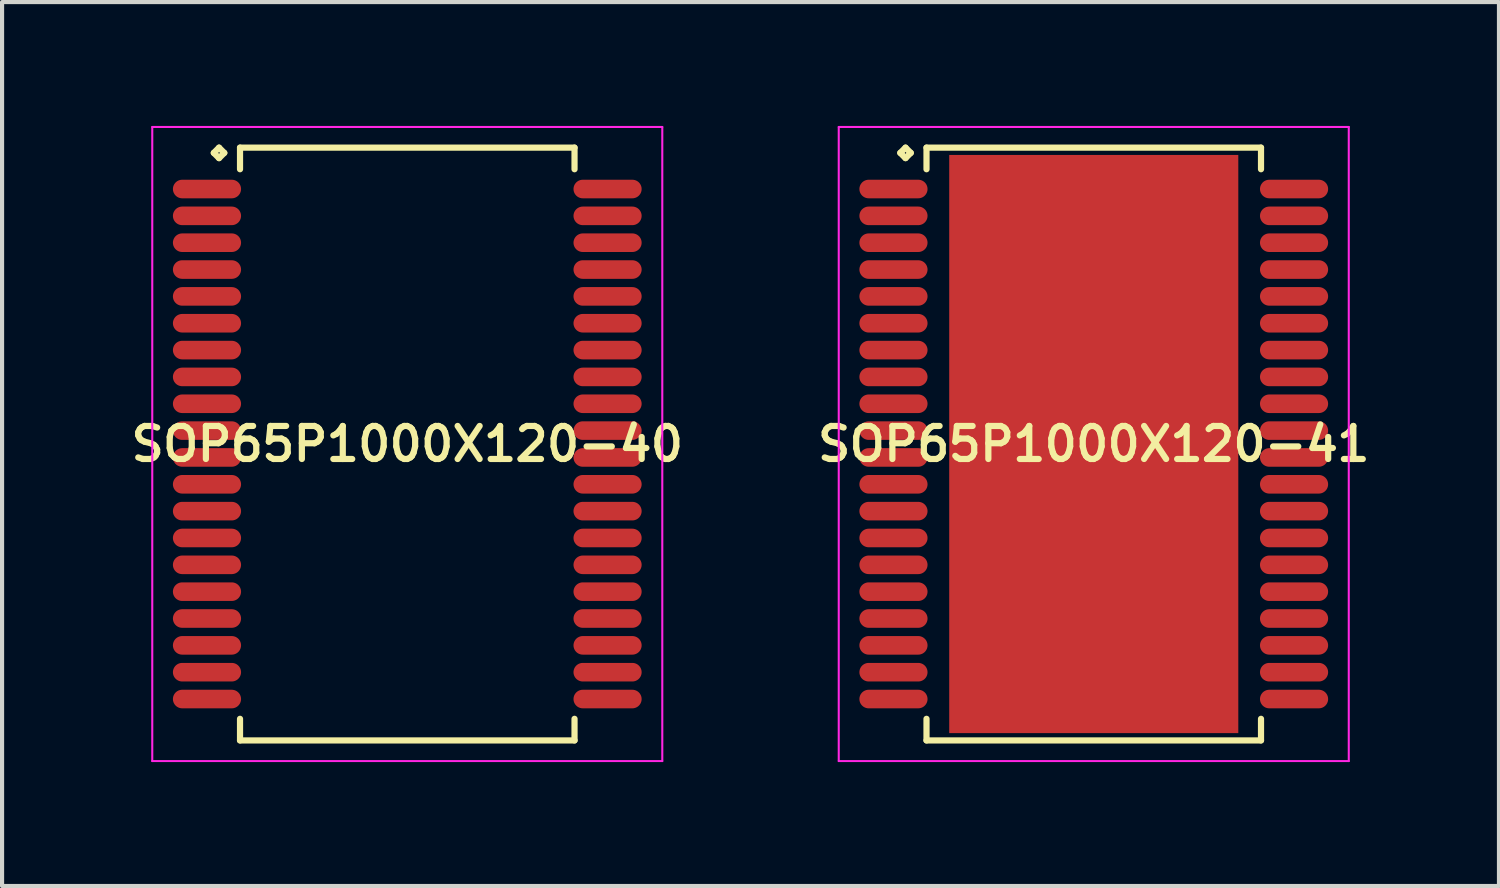
<source format=kicad_pcb>
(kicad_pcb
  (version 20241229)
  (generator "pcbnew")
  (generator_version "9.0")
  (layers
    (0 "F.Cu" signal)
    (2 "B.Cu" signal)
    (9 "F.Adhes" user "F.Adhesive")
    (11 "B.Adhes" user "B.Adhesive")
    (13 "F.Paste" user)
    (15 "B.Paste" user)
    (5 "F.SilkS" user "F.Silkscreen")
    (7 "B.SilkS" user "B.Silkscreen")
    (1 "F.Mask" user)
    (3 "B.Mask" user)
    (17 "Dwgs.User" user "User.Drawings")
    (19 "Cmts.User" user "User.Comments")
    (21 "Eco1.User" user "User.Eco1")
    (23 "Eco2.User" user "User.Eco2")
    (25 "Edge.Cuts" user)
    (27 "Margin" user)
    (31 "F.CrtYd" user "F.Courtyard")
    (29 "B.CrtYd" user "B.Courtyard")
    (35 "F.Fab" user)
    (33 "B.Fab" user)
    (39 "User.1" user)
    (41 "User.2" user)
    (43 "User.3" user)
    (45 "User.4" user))
  (footprint "SOP65P1000X120-41"
    (layer "F.Cu")
    (at 23.435 7.702)
    (property "Reference" "SOP65P1000X120-41" (at 0 0 0) (layer "F.SilkS") (effects (font (size 0.8 0.8) (thickness 0.15))))
    (attr smd)
    (fp_line (start -4.685 -7.05) (end -4.558 -7.177) (stroke (width 0.15) (type solid)) (layer "F.SilkS"))
    (fp_line (start -4.558 -7.177) (end -4.431 -7.05) (stroke (width 0.15) (type solid)) (layer "F.SilkS"))
    (fp_line (start -4.558 -6.923) (end -4.685 -7.05) (stroke (width 0.15) (type solid)) (layer "F.SilkS"))
    (fp_line (start -4.431 -7.05) (end -4.558 -6.923) (stroke (width 0.15) (type solid)) (layer "F.SilkS"))
    (fp_line (start -4.05 -7.177) (end 4.05 -7.177) (stroke (width 0.15) (type solid)) (layer "F.SilkS"))
    (fp_line (start -4.05 -6.654) (end -4.05 -7.177) (stroke (width 0.15) (type solid)) (layer "F.SilkS"))
    (fp_line (start -4.05 6.654) (end -4.05 7.177) (stroke (width 0.15) (type solid)) (layer "F.SilkS"))
    (fp_line (start -4.05 7.177) (end 4.05 7.177) (stroke (width 0.15) (type solid)) (layer "F.SilkS"))
    (fp_line (start 4.05 -7.177) (end 4.05 -6.654) (stroke (width 0.15) (type solid)) (layer "F.SilkS"))
    (fp_line (start 4.05 7.177) (end 4.05 6.654) (stroke (width 0.15) (type solid)) (layer "F.SilkS"))
    (fp_line (start -6.175 -7.677) (end 6.175 -7.677) (stroke (width 0.05) (type solid)) (layer "F.CrtYd"))
    (fp_line (start -6.175 7.677) (end -6.175 -7.677) (stroke (width 0.05) (type solid)) (layer "F.CrtYd"))
    (fp_line (start 6.175 -7.677) (end 6.175 7.677) (stroke (width 0.05) (type solid)) (layer "F.CrtYd"))
    (fp_line (start 6.175 7.677) (end -6.175 7.677) (stroke (width 0.05) (type solid)) (layer "F.CrtYd"))
    (pad "1" smd oval (at -4.85 -6.175) (size 1.65 0.45) (layers "F.Cu" "F.Mask" "F.Paste"))
    (pad "2" smd oval (at -4.85 -5.525) (size 1.65 0.45) (layers "F.Cu" "F.Mask" "F.Paste"))
    (pad "3" smd oval (at -4.85 -4.875) (size 1.65 0.45) (layers "F.Cu" "F.Mask" "F.Paste"))
    (pad "4" smd oval (at -4.85 -4.225) (size 1.65 0.45) (layers "F.Cu" "F.Mask" "F.Paste"))
    (pad "5" smd oval (at -4.85 -3.575) (size 1.65 0.45) (layers "F.Cu" "F.Mask" "F.Paste"))
    (pad "6" smd oval (at -4.85 -2.925) (size 1.65 0.45) (layers "F.Cu" "F.Mask" "F.Paste"))
    (pad "7" smd oval (at -4.85 -2.275) (size 1.65 0.45) (layers "F.Cu" "F.Mask" "F.Paste"))
    (pad "8" smd oval (at -4.85 -1.625) (size 1.65 0.45) (layers "F.Cu" "F.Mask" "F.Paste"))
    (pad "9" smd oval (at -4.85 -0.975) (size 1.65 0.45) (layers "F.Cu" "F.Mask" "F.Paste"))
    (pad "10" smd oval (at -4.85 -0.325) (size 1.65 0.45) (layers "F.Cu" "F.Mask" "F.Paste"))
    (pad "11" smd oval (at -4.85 0.325) (size 1.65 0.45) (layers "F.Cu" "F.Mask" "F.Paste"))
    (pad "12" smd oval (at -4.85 0.975) (size 1.65 0.45) (layers "F.Cu" "F.Mask" "F.Paste"))
    (pad "13" smd oval (at -4.85 1.625) (size 1.65 0.45) (layers "F.Cu" "F.Mask" "F.Paste"))
    (pad "14" smd oval (at -4.85 2.275) (size 1.65 0.45) (layers "F.Cu" "F.Mask" "F.Paste"))
    (pad "15" smd oval (at -4.85 2.925) (size 1.65 0.45) (layers "F.Cu" "F.Mask" "F.Paste"))
    (pad "16" smd oval (at -4.85 3.575) (size 1.65 0.45) (layers "F.Cu" "F.Mask" "F.Paste"))
    (pad "17" smd oval (at -4.85 4.225) (size 1.65 0.45) (layers "F.Cu" "F.Mask" "F.Paste"))
    (pad "18" smd oval (at -4.85 4.875) (size 1.65 0.45) (layers "F.Cu" "F.Mask" "F.Paste"))
    (pad "19" smd oval (at -4.85 5.525) (size 1.65 0.45) (layers "F.Cu" "F.Mask" "F.Paste"))
    (pad "20" smd oval (at -4.85 6.175) (size 1.65 0.45) (layers "F.Cu" "F.Mask" "F.Paste"))
    (pad "21" smd oval (at 4.85 6.175) (size 1.65 0.45) (layers "F.Cu" "F.Mask" "F.Paste"))
    (pad "22" smd oval (at 4.85 5.525) (size 1.65 0.45) (layers "F.Cu" "F.Mask" "F.Paste"))
    (pad "23" smd oval (at 4.85 4.875) (size 1.65 0.45) (layers "F.Cu" "F.Mask" "F.Paste"))
    (pad "24" smd oval (at 4.85 4.225) (size 1.65 0.45) (layers "F.Cu" "F.Mask" "F.Paste"))
    (pad "25" smd oval (at 4.85 3.575) (size 1.65 0.45) (layers "F.Cu" "F.Mask" "F.Paste"))
    (pad "26" smd oval (at 4.85 2.925) (size 1.65 0.45) (layers "F.Cu" "F.Mask" "F.Paste"))
    (pad "27" smd oval (at 4.85 2.275) (size 1.65 0.45) (layers "F.Cu" "F.Mask" "F.Paste"))
    (pad "28" smd oval (at 4.85 1.625) (size 1.65 0.45) (layers "F.Cu" "F.Mask" "F.Paste"))
    (pad "29" smd oval (at 4.85 0.975) (size 1.65 0.45) (layers "F.Cu" "F.Mask" "F.Paste"))
    (pad "30" smd oval (at 4.85 0.325) (size 1.65 0.45) (layers "F.Cu" "F.Mask" "F.Paste"))
    (pad "31" smd oval (at 4.85 -0.325) (size 1.65 0.45) (layers "F.Cu" "F.Mask" "F.Paste"))
    (pad "32" smd oval (at 4.85 -0.975) (size 1.65 0.45) (layers "F.Cu" "F.Mask" "F.Paste"))
    (pad "33" smd oval (at 4.85 -1.625) (size 1.65 0.45) (layers "F.Cu" "F.Mask" "F.Paste"))
    (pad "34" smd oval (at 4.85 -2.275) (size 1.65 0.45) (layers "F.Cu" "F.Mask" "F.Paste"))
    (pad "35" smd oval (at 4.85 -2.925) (size 1.65 0.45) (layers "F.Cu" "F.Mask" "F.Paste"))
    (pad "36" smd oval (at 4.85 -3.575) (size 1.65 0.45) (layers "F.Cu" "F.Mask" "F.Paste"))
    (pad "37" smd oval (at 4.85 -4.225) (size 1.65 0.45) (layers "F.Cu" "F.Mask" "F.Paste"))
    (pad "38" smd oval (at 4.85 -4.875) (size 1.65 0.45) (layers "F.Cu" "F.Mask" "F.Paste"))
    (pad "39" smd oval (at 4.85 -5.525) (size 1.65 0.45) (layers "F.Cu" "F.Mask" "F.Paste"))
    (pad "40" smd oval (at 4.85 -6.175) (size 1.65 0.45) (layers "F.Cu" "F.Mask" "F.Paste"))
    (pad "41" smd rect (at 0 0) (size 7 14) (layers "F.Cu" "F.Mask" "F.Paste")))
  (footprint "SOP65P1000X120-40"
    (layer "F.Cu")
    (at 6.812 7.702)
    (property "Reference" "SOP65P1000X120-40" (at 0 0 0) (layer "F.SilkS") (effects (font (size 0.8 0.8) (thickness 0.15))))
    (attr smd)
    (fp_line (start -4.685 -7.05) (end -4.558 -7.177) (stroke (width 0.15) (type solid)) (layer "F.SilkS"))
    (fp_line (start -4.558 -7.177) (end -4.431 -7.05) (stroke (width 0.15) (type solid)) (layer "F.SilkS"))
    (fp_line (start -4.558 -6.923) (end -4.685 -7.05) (stroke (width 0.15) (type solid)) (layer "F.SilkS"))
    (fp_line (start -4.431 -7.05) (end -4.558 -6.923) (stroke (width 0.15) (type solid)) (layer "F.SilkS"))
    (fp_line (start -4.05 -7.177) (end 4.05 -7.177) (stroke (width 0.15) (type solid)) (layer "F.SilkS"))
    (fp_line (start -4.05 -6.654) (end -4.05 -7.177) (stroke (width 0.15) (type solid)) (layer "F.SilkS"))
    (fp_line (start -4.05 6.654) (end -4.05 7.177) (stroke (width 0.15) (type solid)) (layer "F.SilkS"))
    (fp_line (start -4.05 7.177) (end 4.05 7.177) (stroke (width 0.15) (type solid)) (layer "F.SilkS"))
    (fp_line (start 4.05 -7.177) (end 4.05 -6.654) (stroke (width 0.15) (type solid)) (layer "F.SilkS"))
    (fp_line (start 4.05 7.177) (end 4.05 6.654) (stroke (width 0.15) (type solid)) (layer "F.SilkS"))
    (fp_line (start -6.175 -7.677) (end 6.175 -7.677) (stroke (width 0.05) (type solid)) (layer "F.CrtYd"))
    (fp_line (start -6.175 7.677) (end -6.175 -7.677) (stroke (width 0.05) (type solid)) (layer "F.CrtYd"))
    (fp_line (start 6.175 -7.677) (end 6.175 7.677) (stroke (width 0.05) (type solid)) (layer "F.CrtYd"))
    (fp_line (start 6.175 7.677) (end -6.175 7.677) (stroke (width 0.05) (type solid)) (layer "F.CrtYd"))
    (pad "1" smd oval (at -4.85 -6.175) (size 1.65 0.45) (layers "F.Cu" "F.Mask" "F.Paste"))
    (pad "2" smd oval (at -4.85 -5.525) (size 1.65 0.45) (layers "F.Cu" "F.Mask" "F.Paste"))
    (pad "3" smd oval (at -4.85 -4.875) (size 1.65 0.45) (layers "F.Cu" "F.Mask" "F.Paste"))
    (pad "4" smd oval (at -4.85 -4.225) (size 1.65 0.45) (layers "F.Cu" "F.Mask" "F.Paste"))
    (pad "5" smd oval (at -4.85 -3.575) (size 1.65 0.45) (layers "F.Cu" "F.Mask" "F.Paste"))
    (pad "6" smd oval (at -4.85 -2.925) (size 1.65 0.45) (layers "F.Cu" "F.Mask" "F.Paste"))
    (pad "7" smd oval (at -4.85 -2.275) (size 1.65 0.45) (layers "F.Cu" "F.Mask" "F.Paste"))
    (pad "8" smd oval (at -4.85 -1.625) (size 1.65 0.45) (layers "F.Cu" "F.Mask" "F.Paste"))
    (pad "9" smd oval (at -4.85 -0.975) (size 1.65 0.45) (layers "F.Cu" "F.Mask" "F.Paste"))
    (pad "10" smd oval (at -4.85 -0.325) (size 1.65 0.45) (layers "F.Cu" "F.Mask" "F.Paste"))
    (pad "11" smd oval (at -4.85 0.325) (size 1.65 0.45) (layers "F.Cu" "F.Mask" "F.Paste"))
    (pad "12" smd oval (at -4.85 0.975) (size 1.65 0.45) (layers "F.Cu" "F.Mask" "F.Paste"))
    (pad "13" smd oval (at -4.85 1.625) (size 1.65 0.45) (layers "F.Cu" "F.Mask" "F.Paste"))
    (pad "14" smd oval (at -4.85 2.275) (size 1.65 0.45) (layers "F.Cu" "F.Mask" "F.Paste"))
    (pad "15" smd oval (at -4.85 2.925) (size 1.65 0.45) (layers "F.Cu" "F.Mask" "F.Paste"))
    (pad "16" smd oval (at -4.85 3.575) (size 1.65 0.45) (layers "F.Cu" "F.Mask" "F.Paste"))
    (pad "17" smd oval (at -4.85 4.225) (size 1.65 0.45) (layers "F.Cu" "F.Mask" "F.Paste"))
    (pad "18" smd oval (at -4.85 4.875) (size 1.65 0.45) (layers "F.Cu" "F.Mask" "F.Paste"))
    (pad "19" smd oval (at -4.85 5.525) (size 1.65 0.45) (layers "F.Cu" "F.Mask" "F.Paste"))
    (pad "20" smd oval (at -4.85 6.175) (size 1.65 0.45) (layers "F.Cu" "F.Mask" "F.Paste"))
    (pad "21" smd oval (at 4.85 6.175) (size 1.65 0.45) (layers "F.Cu" "F.Mask" "F.Paste"))
    (pad "22" smd oval (at 4.85 5.525) (size 1.65 0.45) (layers "F.Cu" "F.Mask" "F.Paste"))
    (pad "23" smd oval (at 4.85 4.875) (size 1.65 0.45) (layers "F.Cu" "F.Mask" "F.Paste"))
    (pad "24" smd oval (at 4.85 4.225) (size 1.65 0.45) (layers "F.Cu" "F.Mask" "F.Paste"))
    (pad "25" smd oval (at 4.85 3.575) (size 1.65 0.45) (layers "F.Cu" "F.Mask" "F.Paste"))
    (pad "26" smd oval (at 4.85 2.925) (size 1.65 0.45) (layers "F.Cu" "F.Mask" "F.Paste"))
    (pad "27" smd oval (at 4.85 2.275) (size 1.65 0.45) (layers "F.Cu" "F.Mask" "F.Paste"))
    (pad "28" smd oval (at 4.85 1.625) (size 1.65 0.45) (layers "F.Cu" "F.Mask" "F.Paste"))
    (pad "29" smd oval (at 4.85 0.975) (size 1.65 0.45) (layers "F.Cu" "F.Mask" "F.Paste"))
    (pad "30" smd oval (at 4.85 0.325) (size 1.65 0.45) (layers "F.Cu" "F.Mask" "F.Paste"))
    (pad "31" smd oval (at 4.85 -0.325) (size 1.65 0.45) (layers "F.Cu" "F.Mask" "F.Paste"))
    (pad "32" smd oval (at 4.85 -0.975) (size 1.65 0.45) (layers "F.Cu" "F.Mask" "F.Paste"))
    (pad "33" smd oval (at 4.85 -1.625) (size 1.65 0.45) (layers "F.Cu" "F.Mask" "F.Paste"))
    (pad "34" smd oval (at 4.85 -2.275) (size 1.65 0.45) (layers "F.Cu" "F.Mask" "F.Paste"))
    (pad "35" smd oval (at 4.85 -2.925) (size 1.65 0.45) (layers "F.Cu" "F.Mask" "F.Paste"))
    (pad "36" smd oval (at 4.85 -3.575) (size 1.65 0.45) (layers "F.Cu" "F.Mask" "F.Paste"))
    (pad "37" smd oval (at 4.85 -4.225) (size 1.65 0.45) (layers "F.Cu" "F.Mask" "F.Paste"))
    (pad "38" smd oval (at 4.85 -4.875) (size 1.65 0.45) (layers "F.Cu" "F.Mask" "F.Paste"))
    (pad "39" smd oval (at 4.85 -5.525) (size 1.65 0.45) (layers "F.Cu" "F.Mask" "F.Paste"))
    (pad "40" smd oval (at 4.85 -6.175) (size 1.65 0.45) (layers "F.Cu" "F.Mask" "F.Paste")))
  (gr_rect
    (start -3 -3)
    (end 33.247 18.404)
    (stroke (width 0.1) (type default))
    (fill no)
    (layer "Edge.Cuts")))
</source>
